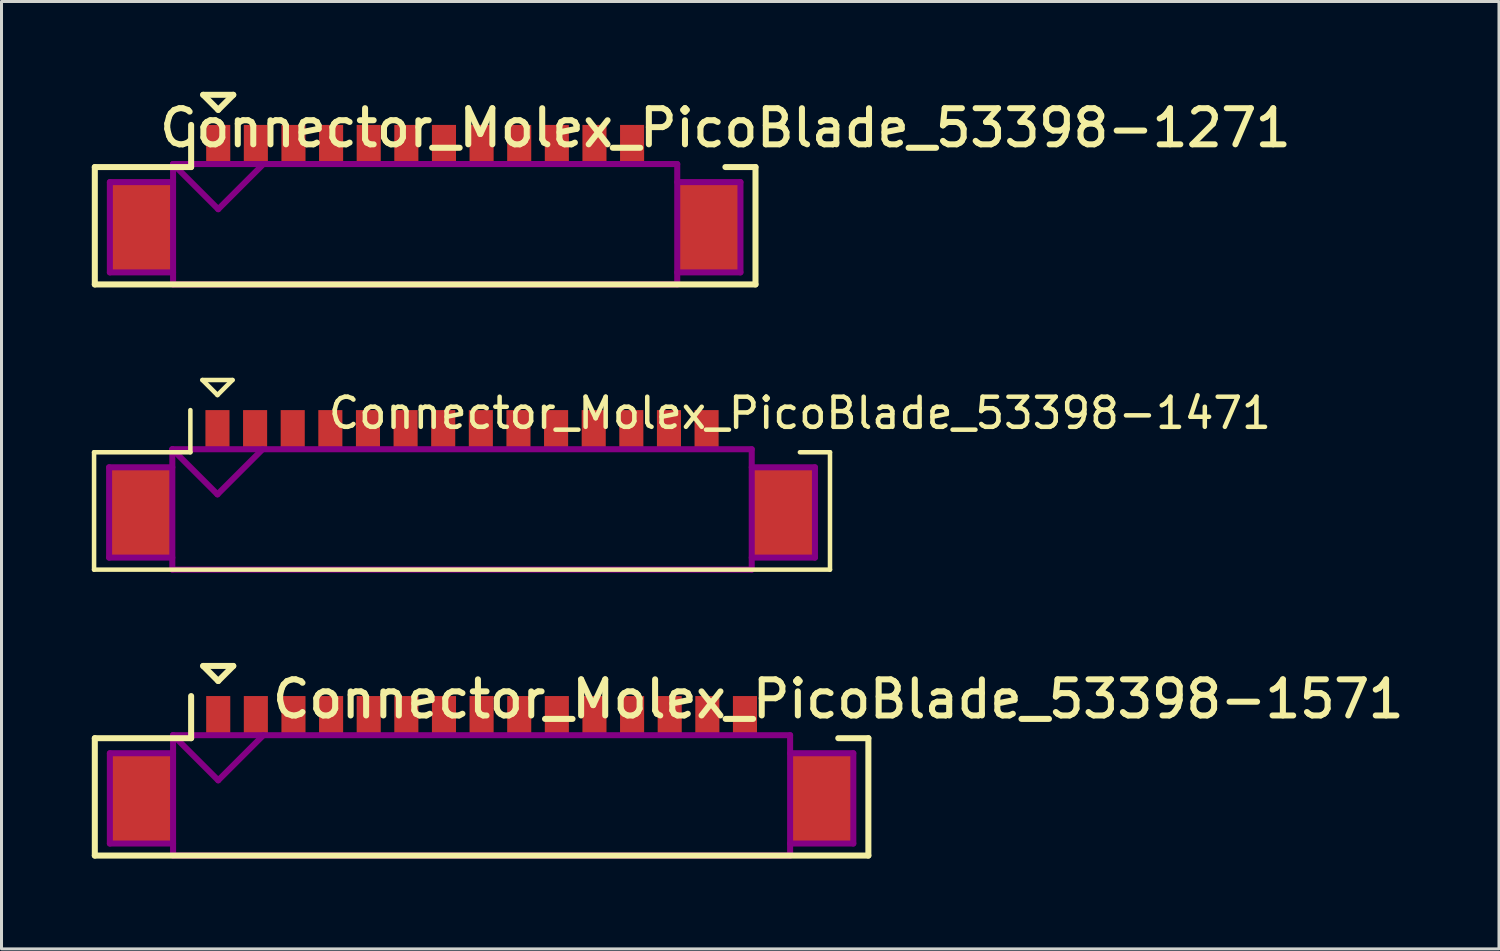
<source format=kicad_pcb>
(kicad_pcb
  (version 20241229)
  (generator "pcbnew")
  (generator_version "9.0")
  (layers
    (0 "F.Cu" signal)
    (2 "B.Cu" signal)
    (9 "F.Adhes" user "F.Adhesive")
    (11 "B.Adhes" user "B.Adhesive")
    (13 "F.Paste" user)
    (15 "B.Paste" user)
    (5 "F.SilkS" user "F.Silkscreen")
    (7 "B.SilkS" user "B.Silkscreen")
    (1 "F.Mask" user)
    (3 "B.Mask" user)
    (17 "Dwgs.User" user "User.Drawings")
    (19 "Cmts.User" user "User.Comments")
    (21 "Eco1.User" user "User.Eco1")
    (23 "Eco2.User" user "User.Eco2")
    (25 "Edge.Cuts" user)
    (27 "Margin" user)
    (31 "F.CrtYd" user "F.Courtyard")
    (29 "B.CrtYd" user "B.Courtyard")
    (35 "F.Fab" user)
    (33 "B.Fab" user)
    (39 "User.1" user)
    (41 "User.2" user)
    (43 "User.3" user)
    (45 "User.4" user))
  (footprint "Connector_Molex_PicoBlade_53398-1271"
    (layer "F.Cu")
    (at 11.075 4.5)
    (property "Reference" "Connector_Molex_PicoBlade_53398-1271" (at 9.975 -3.3 0) (layer "F.SilkS") (effects (font (size 1.2 1.2) (thickness 0.2))))
    (attr through_hole)
    (fp_line (start -10.975 -2) (end -10.975 1.9) (stroke (width 0.2) (type solid)) (layer "F.SilkS"))
    (fp_line (start -10.975 1.9) (end 10.975 1.9) (stroke (width 0.2) (type solid)) (layer "F.SilkS"))
    (fp_line (start -7.775 -3.4) (end -7.775 -2) (stroke (width 0.2) (type solid)) (layer "F.SilkS"))
    (fp_line (start -7.775 -2) (end -10.975 -2) (stroke (width 0.2) (type solid)) (layer "F.SilkS"))
    (fp_line (start -7.375 -4.4) (end -6.375 -4.4) (stroke (width 0.2) (type solid)) (layer "F.SilkS"))
    (fp_line (start -6.875 -3.9) (end -7.375 -4.4) (stroke (width 0.2) (type solid)) (layer "F.SilkS"))
    (fp_line (start -6.375 -4.4) (end -6.875 -3.9) (stroke (width 0.2) (type solid)) (layer "F.SilkS"))
    (fp_line (start 10.975 -2) (end 9.975 -2) (stroke (width 0.2) (type solid)) (layer "F.SilkS"))
    (fp_line (start 10.975 1.9) (end 10.975 -2) (stroke (width 0.2) (type solid)) (layer "F.SilkS"))
    (fp_line (start -10.475 -1.5) (end -10.475 1.5) (stroke (width 0.2) (type solid)) (layer "F.Adhes"))
    (fp_line (start -10.475 1.5) (end -8.375 1.5) (stroke (width 0.2) (type solid)) (layer "F.Adhes"))
    (fp_line (start -8.375 -2.1) (end -8.375 1.9) (stroke (width 0.2) (type solid)) (layer "F.Adhes"))
    (fp_line (start -8.375 -2.1) (end -6.875 -0.6) (stroke (width 0.2) (type solid)) (layer "F.Adhes"))
    (fp_line (start -8.375 -1.5) (end -10.475 -1.5) (stroke (width 0.2) (type solid)) (layer "F.Adhes"))
    (fp_line (start -8.375 1.9) (end 8.375 1.9) (stroke (width 0.2) (type solid)) (layer "F.Adhes"))
    (fp_line (start -6.875 -0.6) (end -5.375 -2.1) (stroke (width 0.2) (type solid)) (layer "F.Adhes"))
    (fp_line (start 8.375 -2.1) (end -8.375 -2.1) (stroke (width 0.2) (type solid)) (layer "F.Adhes"))
    (fp_line (start 8.375 -1.5) (end 10.475 -1.5) (stroke (width 0.2) (type solid)) (layer "F.Adhes"))
    (fp_line (start 8.375 1.9) (end 8.375 -2.1) (stroke (width 0.2) (type solid)) (layer "F.Adhes"))
    (fp_line (start 10.475 -1.5) (end 10.475 1.5) (stroke (width 0.2) (type solid)) (layer "F.Adhes"))
    (fp_line (start 10.475 1.5) (end 8.375 1.5) (stroke (width 0.2) (type solid)) (layer "F.Adhes"))
    (pad "" smd rect (at -9.425 0) (size 2.1 3) (layers "F.Cu" "F.Mask"))
    (pad "" smd rect (at 9.425 0) (size 2.1 3) (layers "F.Cu" "F.Mask"))
    (pad "1" smd rect (at -6.875 -2.75) (size 0.8 1.3) (layers "F.Cu" "F.Mask"))
    (pad "2" smd rect (at -5.625 -2.75) (size 0.8 1.3) (layers "F.Cu" "F.Mask"))
    (pad "3" smd rect (at -4.375 -2.75) (size 0.8 1.3) (layers "F.Cu" "F.Mask"))
    (pad "4" smd rect (at -3.125 -2.75) (size 0.8 1.3) (layers "F.Cu" "F.Mask"))
    (pad "5" smd rect (at -1.875 -2.75) (size 0.8 1.3) (layers "F.Cu" "F.Mask"))
    (pad "6" smd rect (at -0.625 -2.75) (size 0.8 1.3) (layers "F.Cu" "F.Mask"))
    (pad "7" smd rect (at 0.625 -2.75) (size 0.8 1.3) (layers "F.Cu" "F.Mask"))
    (pad "8" smd rect (at 1.875 -2.75) (size 0.8 1.3) (layers "F.Cu" "F.Mask"))
    (pad "9" smd rect (at 3.125 -2.75) (size 0.8 1.3) (layers "F.Cu" "F.Mask"))
    (pad "10" smd rect (at 4.375 -2.75) (size 0.8 1.3) (layers "F.Cu" "F.Mask"))
    (pad "11" smd rect (at 5.625 -2.75) (size 0.8 1.3) (layers "F.Cu" "F.Mask"))
    (pad "12" smd rect (at 6.875 -2.75) (size 0.8 1.3) (layers "F.Cu" "F.Mask")))
  (footprint "Connector_Molex_PicoBlade_53398-1471"
    (layer "F.Cu")
    (at 12.3 13.975)
    (property "Reference" "Connector_Molex_PicoBlade_53398-1471" (at 11.225 -3.3 0) (layer "F.SilkS") (effects (font (size 1 1) (thickness 0.15))))
    (attr through_hole)
    (fp_line (start -12.225 -2) (end -12.225 1.9) (stroke (width 0.15) (type solid)) (layer "F.SilkS"))
    (fp_line (start -12.225 1.9) (end 12.225 1.9) (stroke (width 0.15) (type solid)) (layer "F.SilkS"))
    (fp_line (start -9.025 -3.4) (end -9.025 -2) (stroke (width 0.15) (type solid)) (layer "F.SilkS"))
    (fp_line (start -9.025 -2) (end -12.225 -2) (stroke (width 0.15) (type solid)) (layer "F.SilkS"))
    (fp_line (start -8.625 -4.4) (end -7.625 -4.4) (stroke (width 0.15) (type solid)) (layer "F.SilkS"))
    (fp_line (start -8.125 -3.9) (end -8.625 -4.4) (stroke (width 0.15) (type solid)) (layer "F.SilkS"))
    (fp_line (start -7.625 -4.4) (end -8.125 -3.9) (stroke (width 0.15) (type solid)) (layer "F.SilkS"))
    (fp_line (start 12.225 -2) (end 11.225 -2) (stroke (width 0.15) (type solid)) (layer "F.SilkS"))
    (fp_line (start 12.225 1.9) (end 12.225 -2) (stroke (width 0.15) (type solid)) (layer "F.SilkS"))
    (fp_line (start -11.725 -1.5) (end -11.725 1.5) (stroke (width 0.2) (type solid)) (layer "F.Adhes"))
    (fp_line (start -11.725 1.5) (end -9.625 1.5) (stroke (width 0.2) (type solid)) (layer "F.Adhes"))
    (fp_line (start -9.625 -2.1) (end -9.625 1.9) (stroke (width 0.2) (type solid)) (layer "F.Adhes"))
    (fp_line (start -9.625 -2.1) (end -8.125 -0.6) (stroke (width 0.2) (type solid)) (layer "F.Adhes"))
    (fp_line (start -9.625 -1.5) (end -11.725 -1.5) (stroke (width 0.2) (type solid)) (layer "F.Adhes"))
    (fp_line (start -9.625 1.9) (end 9.625 1.9) (stroke (width 0.2) (type solid)) (layer "F.Adhes"))
    (fp_line (start -8.125 -0.6) (end -6.625 -2.1) (stroke (width 0.2) (type solid)) (layer "F.Adhes"))
    (fp_line (start 9.625 -2.1) (end -9.625 -2.1) (stroke (width 0.2) (type solid)) (layer "F.Adhes"))
    (fp_line (start 9.625 -1.5) (end 11.725 -1.5) (stroke (width 0.2) (type solid)) (layer "F.Adhes"))
    (fp_line (start 9.625 1.9) (end 9.625 -2.1) (stroke (width 0.2) (type solid)) (layer "F.Adhes"))
    (fp_line (start 11.725 -1.5) (end 11.725 1.5) (stroke (width 0.2) (type solid)) (layer "F.Adhes"))
    (fp_line (start 11.725 1.5) (end 9.625 1.5) (stroke (width 0.2) (type solid)) (layer "F.Adhes"))
    (pad "" smd rect (at -10.675 0) (size 2.1 3) (layers "F.Cu" "F.Mask" "F.Paste"))
    (pad "" smd rect (at 10.675 0) (size 2.1 3) (layers "F.Cu" "F.Mask" "F.Paste"))
    (pad "1" smd rect (at -8.125 -2.75) (size 0.8 1.3) (layers "F.Cu" "F.Mask" "F.Paste"))
    (pad "2" smd rect (at -6.875 -2.75) (size 0.8 1.3) (layers "F.Cu" "F.Mask" "F.Paste"))
    (pad "3" smd rect (at -5.625 -2.75) (size 0.8 1.3) (layers "F.Cu" "F.Mask" "F.Paste"))
    (pad "4" smd rect (at -4.375 -2.75) (size 0.8 1.3) (layers "F.Cu" "F.Mask" "F.Paste"))
    (pad "5" smd rect (at -3.125 -2.75) (size 0.8 1.3) (layers "F.Cu" "F.Mask" "F.Paste"))
    (pad "6" smd rect (at -1.875 -2.75) (size 0.8 1.3) (layers "F.Cu" "F.Mask" "F.Paste"))
    (pad "7" smd rect (at -0.625 -2.75) (size 0.8 1.3) (layers "F.Cu" "F.Mask" "F.Paste"))
    (pad "8" smd rect (at 0.625 -2.75) (size 0.8 1.3) (layers "F.Cu" "F.Mask" "F.Paste"))
    (pad "9" smd rect (at 1.875 -2.75) (size 0.8 1.3) (layers "F.Cu" "F.Mask" "F.Paste"))
    (pad "10" smd rect (at 3.125 -2.75) (size 0.8 1.3) (layers "F.Cu" "F.Mask" "F.Paste"))
    (pad "11" smd rect (at 4.375 -2.75) (size 0.8 1.3) (layers "F.Cu" "F.Mask" "F.Paste"))
    (pad "12" smd rect (at 5.625 -2.75) (size 0.8 1.3) (layers "F.Cu" "F.Mask" "F.Paste"))
    (pad "13" smd rect (at 6.875 -2.75) (size 0.8 1.3) (layers "F.Cu" "F.Mask" "F.Paste"))
    (pad "14" smd rect (at 8.125 -2.75) (size 0.8 1.3) (layers "F.Cu" "F.Mask" "F.Paste")))
  (footprint "Connector_Molex_PicoBlade_53398-1571"
    (layer "F.Cu")
    (at 12.95 23.475)
    (property "Reference" "Connector_Molex_PicoBlade_53398-1571" (at 11.85 -3.3 0) (layer "F.SilkS") (effects (font (size 1.2 1.2) (thickness 0.2))))
    (attr through_hole)
    (fp_line (start -12.85 -2) (end -12.85 1.9) (stroke (width 0.2) (type solid)) (layer "F.SilkS"))
    (fp_line (start -12.85 1.9) (end 12.85 1.9) (stroke (width 0.2) (type solid)) (layer "F.SilkS"))
    (fp_line (start -9.65 -3.4) (end -9.65 -2) (stroke (width 0.2) (type solid)) (layer "F.SilkS"))
    (fp_line (start -9.65 -2) (end -12.85 -2) (stroke (width 0.2) (type solid)) (layer "F.SilkS"))
    (fp_line (start -9.25 -4.4) (end -8.25 -4.4) (stroke (width 0.2) (type solid)) (layer "F.SilkS"))
    (fp_line (start -8.75 -3.9) (end -9.25 -4.4) (stroke (width 0.2) (type solid)) (layer "F.SilkS"))
    (fp_line (start -8.25 -4.4) (end -8.75 -3.9) (stroke (width 0.2) (type solid)) (layer "F.SilkS"))
    (fp_line (start 12.85 -2) (end 11.85 -2) (stroke (width 0.2) (type solid)) (layer "F.SilkS"))
    (fp_line (start 12.85 1.9) (end 12.85 -2) (stroke (width 0.2) (type solid)) (layer "F.SilkS"))
    (fp_line (start -12.35 -1.5) (end -12.35 1.5) (stroke (width 0.2) (type solid)) (layer "F.Adhes"))
    (fp_line (start -12.35 1.5) (end -10.25 1.5) (stroke (width 0.2) (type solid)) (layer "F.Adhes"))
    (fp_line (start -10.25 -2.1) (end -10.25 1.9) (stroke (width 0.2) (type solid)) (layer "F.Adhes"))
    (fp_line (start -10.25 -2.1) (end -8.75 -0.6) (stroke (width 0.2) (type solid)) (layer "F.Adhes"))
    (fp_line (start -10.25 -1.5) (end -12.35 -1.5) (stroke (width 0.2) (type solid)) (layer "F.Adhes"))
    (fp_line (start -10.25 1.9) (end 10.25 1.9) (stroke (width 0.2) (type solid)) (layer "F.Adhes"))
    (fp_line (start -8.75 -0.6) (end -7.25 -2.1) (stroke (width 0.2) (type solid)) (layer "F.Adhes"))
    (fp_line (start 10.25 -2.1) (end -10.25 -2.1) (stroke (width 0.2) (type solid)) (layer "F.Adhes"))
    (fp_line (start 10.25 -1.5) (end 12.35 -1.5) (stroke (width 0.2) (type solid)) (layer "F.Adhes"))
    (fp_line (start 10.25 1.9) (end 10.25 -2.1) (stroke (width 0.2) (type solid)) (layer "F.Adhes"))
    (fp_line (start 12.35 -1.5) (end 12.35 1.5) (stroke (width 0.2) (type solid)) (layer "F.Adhes"))
    (fp_line (start 12.35 1.5) (end 10.25 1.5) (stroke (width 0.2) (type solid)) (layer "F.Adhes"))
    (pad "" smd rect (at -11.3 0) (size 2.1 3) (layers "F.Cu" "F.Mask" "F.Paste"))
    (pad "" smd rect (at 11.3 0) (size 2.1 3) (layers "F.Cu" "F.Mask" "F.Paste"))
    (pad "1" smd rect (at -8.75 -2.75) (size 0.8 1.3) (layers "F.Cu" "F.Mask" "F.Paste"))
    (pad "2" smd rect (at -7.5 -2.75) (size 0.8 1.3) (layers "F.Cu" "F.Mask" "F.Paste"))
    (pad "3" smd rect (at -6.25 -2.75) (size 0.8 1.3) (layers "F.Cu" "F.Mask" "F.Paste"))
    (pad "4" smd rect (at -5 -2.75) (size 0.8 1.3) (layers "F.Cu" "F.Mask" "F.Paste"))
    (pad "5" smd rect (at -3.75 -2.75) (size 0.8 1.3) (layers "F.Cu" "F.Mask" "F.Paste"))
    (pad "6" smd rect (at -2.5 -2.75) (size 0.8 1.3) (layers "F.Cu" "F.Mask" "F.Paste"))
    (pad "7" smd rect (at -1.25 -2.75) (size 0.8 1.3) (layers "F.Cu" "F.Mask" "F.Paste"))
    (pad "8" smd rect (at 0 -2.75) (size 0.8 1.3) (layers "F.Cu" "F.Mask" "F.Paste"))
    (pad "9" smd rect (at 1.25 -2.75) (size 0.8 1.3) (layers "F.Cu" "F.Mask" "F.Paste"))
    (pad "10" smd rect (at 2.5 -2.75) (size 0.8 1.3) (layers "F.Cu" "F.Mask" "F.Paste"))
    (pad "11" smd rect (at 3.75 -2.75) (size 0.8 1.3) (layers "F.Cu" "F.Mask" "F.Paste"))
    (pad "12" smd rect (at 5 -2.75) (size 0.8 1.3) (layers "F.Cu" "F.Mask" "F.Paste"))
    (pad "13" smd rect (at 6.25 -2.75) (size 0.8 1.3) (layers "F.Cu" "F.Mask" "F.Paste"))
    (pad "14" smd rect (at 7.5 -2.75) (size 0.8 1.3) (layers "F.Cu" "F.Mask" "F.Paste"))
    (pad "15" smd rect (at 8.75 -2.75) (size 0.8 1.3) (layers "F.Cu" "F.Mask" "F.Paste")))
  (gr_rect
    (start -3 -3)
    (end 46.751 28.475)
    (stroke (width 0.1) (type default))
    (fill no)
    (layer "Edge.Cuts")))
</source>
